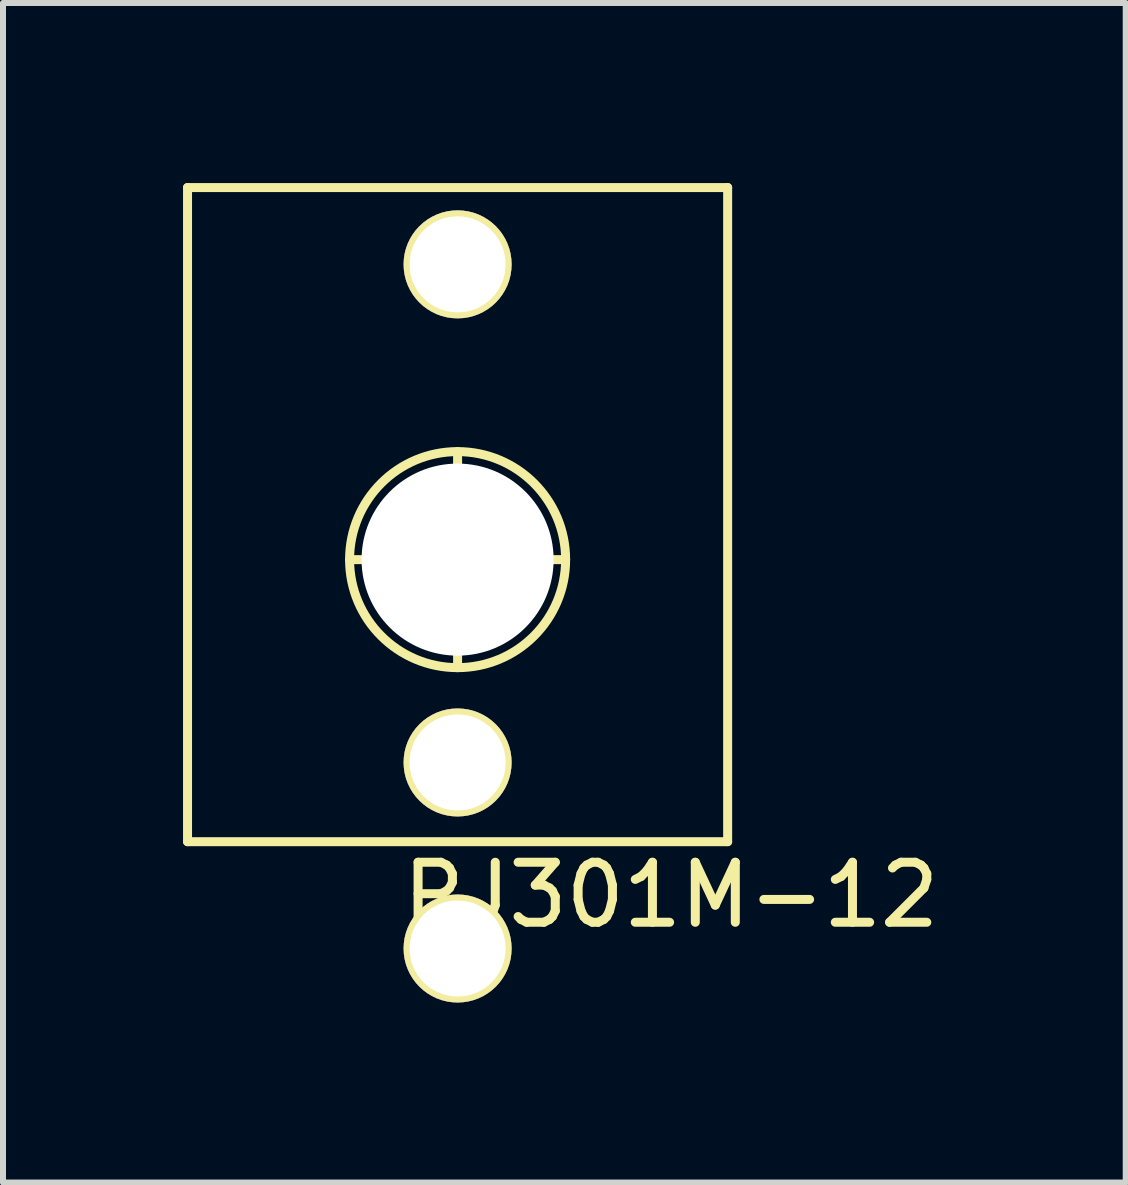
<source format=kicad_pcb>
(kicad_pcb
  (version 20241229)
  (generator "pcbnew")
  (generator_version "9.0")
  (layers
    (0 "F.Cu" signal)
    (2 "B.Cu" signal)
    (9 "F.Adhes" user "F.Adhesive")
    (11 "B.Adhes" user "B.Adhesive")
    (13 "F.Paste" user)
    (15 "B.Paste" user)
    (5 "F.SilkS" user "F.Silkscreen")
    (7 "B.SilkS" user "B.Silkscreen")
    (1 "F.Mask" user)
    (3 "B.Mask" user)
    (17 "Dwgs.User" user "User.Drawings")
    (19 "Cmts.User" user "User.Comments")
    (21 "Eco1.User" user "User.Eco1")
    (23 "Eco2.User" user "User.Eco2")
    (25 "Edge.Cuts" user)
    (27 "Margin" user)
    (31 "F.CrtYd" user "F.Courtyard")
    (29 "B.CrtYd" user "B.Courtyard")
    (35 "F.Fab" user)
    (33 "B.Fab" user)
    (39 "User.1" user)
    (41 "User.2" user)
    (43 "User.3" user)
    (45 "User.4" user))
  (footprint "PJ301M-12"
    (layer "F.Cu")
    (at 4.575 6.275)
    (property "Reference" "PJ301M-12" (at 3.556 5.588 0) (layer "F.SilkS") (effects (font (size 1 1) (thickness 0.15))))
    (attr through_hole)
    (fp_line (start -4.5 -6.2) (end -4.5 4.7) (stroke (width 0.15) (type solid)) (layer "F.SilkS"))
    (fp_line (start -4.5 -6.2) (end 4.5 -6.2) (stroke (width 0.15) (type solid)) (layer "F.SilkS"))
    (fp_line (start -4.5 4.7) (end 4.5 4.7) (stroke (width 0.15) (type solid)) (layer "F.SilkS"))
    (fp_line (start -1.8 0) (end 1.8 0) (stroke (width 0.15) (type solid)) (layer "F.SilkS"))
    (fp_line (start 0 -1.8) (end 0 1.8) (stroke (width 0.15) (type solid)) (layer "F.SilkS"))
    (fp_line (start 4.5 -6.2) (end 4.5 4.7) (stroke (width 0.15) (type solid)) (layer "F.SilkS"))
    (fp_circle (center 0 0) (end 1.8 0) (stroke (width 0.15) (type solid)) (fill no) (layer "F.SilkS"))
    (pad "" np_thru_hole circle (at 0 0) (size 3.2 3.2) (drill 3.2) (layers "*.Cu" "*.Mask"))
    (pad "1" thru_hole circle (at 0 6.48) (size 1.8 1.8) (drill 1.6) (layers "*.Cu" "*.Mask" "F.SilkS"))
    (pad "2" thru_hole circle (at 0 3.38) (size 1.8 1.8) (drill 1.6) (layers "*.Cu" "*.Mask" "F.SilkS"))
    (pad "3" thru_hole circle (at 0 -4.92) (size 1.8 1.8) (drill 1.6) (layers "*.Cu" "*.Mask" "F.SilkS")))
  (gr_rect
    (start -3 -3)
    (end 15.708 16.655)
    (stroke (width 0.1) (type default))
    (fill no)
    (layer "Edge.Cuts")))
</source>
